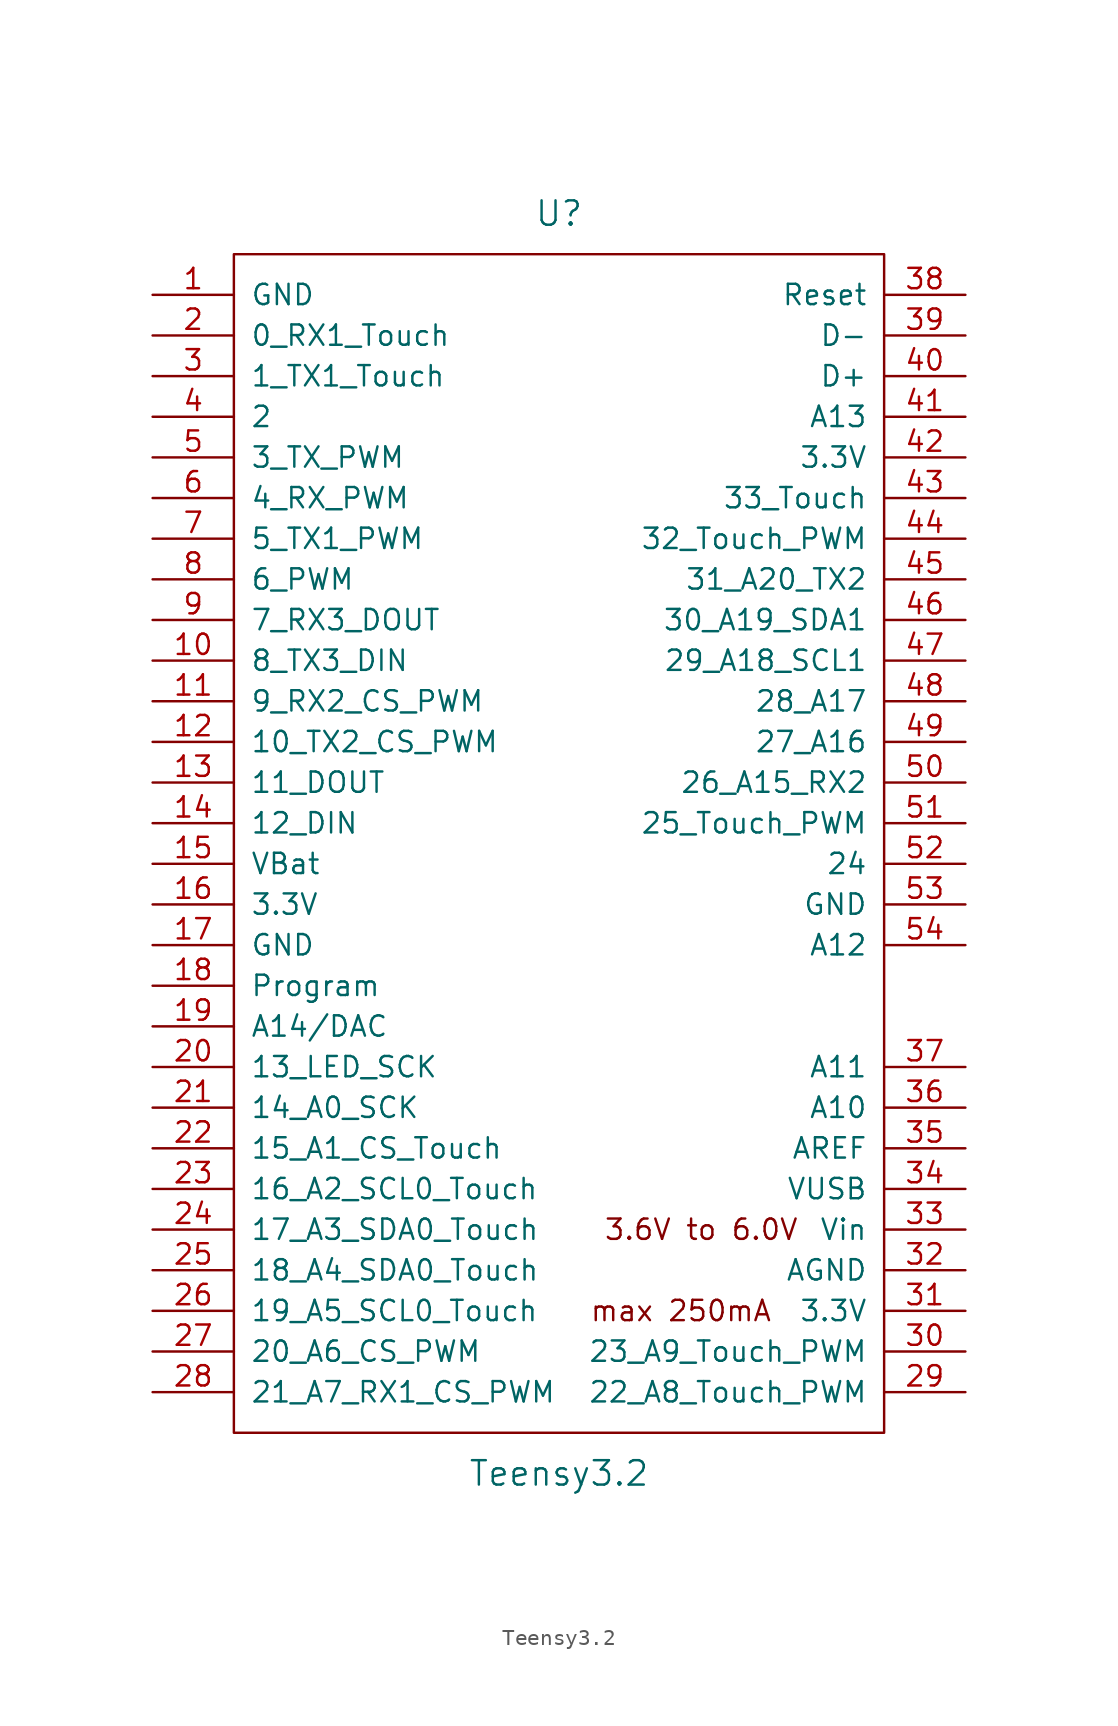
<source format=kicad_sym>
(kicad_symbol_lib
  (version 20211014)
  (generator kicad_symbol_editor)
  (symbol "Teensy3.2"
    (pin_names
      (offset 1.016))
    (property "Reference" "U"
      (at 0 39.37 0)
      (effects (font (size 1.524 1.524))))
    (property "Value" "Teensy3.2"
      (at 0 -39.37 0)
      (effects (font (size 1.524 1.524))))
    (property "Footprint" ""
      (at 0 -19.05 0)
      (effects (font (size 1.524 1.524))))
    (property "Datasheet" ""
      (at 0 -19.05 0)
      (effects (font (size 1.524 1.524))))
    (symbol "Teensy3.2_0_0"
      (text "3.6V to 6.0V" (at 8.89 -24.13 0) (effects (font (size 1.27 1.27))))
      (text "max 250mA" (at 7.62 -29.21 0) (effects (font (size 1.27 1.27)))))
    (symbol "Teensy3.2_0_1"
      (rectangle (start -20.32 -36.83) (end 20.32 36.83) (stroke (width 0) (type default) (color 0 0 0 0)) (fill (type none))))
    (symbol "Teensy3.2_1_1"
      (pin power_in line (at -25.4 34.29 0) (length 5.08) (name "GND" (effects (font (size 1.27 1.27)))) (number "1" (effects (font (size 1.27 1.27)))))
      (pin bidirectional line (at -25.4 11.43 0) (length 5.08) (name "8_TX3_DIN" (effects (font (size 1.27 1.27)))) (number "10" (effects (font (size 1.27 1.27)))))
      (pin bidirectional line (at -25.4 8.89 0) (length 5.08) (name "9_RX2_CS_PWM" (effects (font (size 1.27 1.27)))) (number "11" (effects (font (size 1.27 1.27)))))
      (pin bidirectional line (at -25.4 6.35 0) (length 5.08) (name "10_TX2_CS_PWM" (effects (font (size 1.27 1.27)))) (number "12" (effects (font (size 1.27 1.27)))))
      (pin bidirectional line (at -25.4 3.81 0) (length 5.08) (name "11_DOUT" (effects (font (size 1.27 1.27)))) (number "13" (effects (font (size 1.27 1.27)))))
      (pin bidirectional line (at -25.4 1.27 0) (length 5.08) (name "12_DIN" (effects (font (size 1.27 1.27)))) (number "14" (effects (font (size 1.27 1.27)))))
      (pin power_in line (at -25.4 -1.27 0) (length 5.08) (name "VBat" (effects (font (size 1.27 1.27)))) (number "15" (effects (font (size 1.27 1.27)))))
      (pin power_out line (at -25.4 -3.81 0) (length 5.08) (name "3.3V" (effects (font (size 1.27 1.27)))) (number "16" (effects (font (size 1.27 1.27)))))
      (pin power_in line (at -25.4 -6.35 0) (length 5.08) (name "GND" (effects (font (size 1.27 1.27)))) (number "17" (effects (font (size 1.27 1.27)))))
      (pin input line (at -25.4 -8.89 0) (length 5.08) (name "Program" (effects (font (size 1.27 1.27)))) (number "18" (effects (font (size 1.27 1.27)))))
      (pin bidirectional line (at -25.4 -11.43 0) (length 5.08) (name "A14/DAC" (effects (font (size 1.27 1.27)))) (number "19" (effects (font (size 1.27 1.27)))))
      (pin bidirectional line (at -25.4 31.75 0) (length 5.08) (name "0_RX1_Touch" (effects (font (size 1.27 1.27)))) (number "2" (effects (font (size 1.27 1.27)))))
      (pin bidirectional line (at -25.4 -13.97 0) (length 5.08) (name "13_LED_SCK" (effects (font (size 1.27 1.27)))) (number "20" (effects (font (size 1.27 1.27)))))
      (pin bidirectional line (at -25.4 -16.51 0) (length 5.08) (name "14_A0_SCK" (effects (font (size 1.27 1.27)))) (number "21" (effects (font (size 1.27 1.27)))))
      (pin bidirectional line (at -25.4 -19.05 0) (length 5.08) (name "15_A1_CS_Touch" (effects (font (size 1.27 1.27)))) (number "22" (effects (font (size 1.27 1.27)))))
      (pin bidirectional line (at -25.4 -21.59 0) (length 5.08) (name "16_A2_SCL0_Touch" (effects (font (size 1.27 1.27)))) (number "23" (effects (font (size 1.27 1.27)))))
      (pin bidirectional line (at -25.4 -24.13 0) (length 5.08) (name "17_A3_SDA0_Touch" (effects (font (size 1.27 1.27)))) (number "24" (effects (font (size 1.27 1.27)))))
      (pin bidirectional line (at -25.4 -26.67 0) (length 5.08) (name "18_A4_SDA0_Touch" (effects (font (size 1.27 1.27)))) (number "25" (effects (font (size 1.27 1.27)))))
      (pin bidirectional line (at -25.4 -29.21 0) (length 5.08) (name "19_A5_SCL0_Touch" (effects (font (size 1.27 1.27)))) (number "26" (effects (font (size 1.27 1.27)))))
      (pin bidirectional line (at -25.4 -31.75 0) (length 5.08) (name "20_A6_CS_PWM" (effects (font (size 1.27 1.27)))) (number "27" (effects (font (size 1.27 1.27)))))
      (pin bidirectional line (at -25.4 -34.29 0) (length 5.08) (name "21_A7_RX1_CS_PWM" (effects (font (size 1.27 1.27)))) (number "28" (effects (font (size 1.27 1.27)))))
      (pin bidirectional line (at 25.4 -34.29 180) (length 5.08) (name "22_A8_Touch_PWM" (effects (font (size 1.27 1.27)))) (number "29" (effects (font (size 1.27 1.27)))))
      (pin bidirectional line (at -25.4 29.21 0) (length 5.08) (name "1_TX1_Touch" (effects (font (size 1.27 1.27)))) (number "3" (effects (font (size 1.27 1.27)))))
      (pin bidirectional line (at 25.4 -31.75 180) (length 5.08) (name "23_A9_Touch_PWM" (effects (font (size 1.27 1.27)))) (number "30" (effects (font (size 1.27 1.27)))))
      (pin power_out line (at 25.4 -29.21 180) (length 5.08) (name "3.3V" (effects (font (size 1.27 1.27)))) (number "31" (effects (font (size 1.27 1.27)))))
      (pin power_out line (at 25.4 -26.67 180) (length 5.08) (name "AGND" (effects (font (size 1.27 1.27)))) (number "32" (effects (font (size 1.27 1.27)))))
      (pin power_in line (at 25.4 -24.13 180) (length 5.08) (name "Vin" (effects (font (size 1.27 1.27)))) (number "33" (effects (font (size 1.27 1.27)))))
      (pin power_in line (at 25.4 -21.59 180) (length 5.08) (name "VUSB" (effects (font (size 1.27 1.27)))) (number "34" (effects (font (size 1.27 1.27)))))
      (pin input line (at 25.4 -19.05 180) (length 5.08) (name "AREF" (effects (font (size 1.27 1.27)))) (number "35" (effects (font (size 1.27 1.27)))))
      (pin bidirectional line (at 25.4 -16.51 180) (length 5.08) (name "A10" (effects (font (size 1.27 1.27)))) (number "36" (effects (font (size 1.27 1.27)))))
      (pin bidirectional line (at 25.4 -13.97 180) (length 5.08) (name "A11" (effects (font (size 1.27 1.27)))) (number "37" (effects (font (size 1.27 1.27)))))
      (pin input line (at 25.4 34.29 180) (length 5.08) (name "Reset" (effects (font (size 1.27 1.27)))) (number "38" (effects (font (size 1.27 1.27)))))
      (pin bidirectional line (at 25.4 31.75 180) (length 5.08) (name "D-" (effects (font (size 1.27 1.27)))) (number "39" (effects (font (size 1.27 1.27)))))
      (pin bidirectional line (at -25.4 26.67 0) (length 5.08) (name "2" (effects (font (size 1.27 1.27)))) (number "4" (effects (font (size 1.27 1.27)))))
      (pin bidirectional line (at 25.4 29.21 180) (length 5.08) (name "D+" (effects (font (size 1.27 1.27)))) (number "40" (effects (font (size 1.27 1.27)))))
      (pin bidirectional line (at 25.4 26.67 180) (length 5.08) (name "A13" (effects (font (size 1.27 1.27)))) (number "41" (effects (font (size 1.27 1.27)))))
      (pin power_out line (at 25.4 24.13 180) (length 5.08) (name "3.3V" (effects (font (size 1.27 1.27)))) (number "42" (effects (font (size 1.27 1.27)))))
      (pin bidirectional line (at 25.4 21.59 180) (length 5.08) (name "33_Touch" (effects (font (size 1.27 1.27)))) (number "43" (effects (font (size 1.27 1.27)))))
      (pin bidirectional line (at 25.4 19.05 180) (length 5.08) (name "32_Touch_PWM" (effects (font (size 1.27 1.27)))) (number "44" (effects (font (size 1.27 1.27)))))
      (pin bidirectional line (at 25.4 16.51 180) (length 5.08) (name "31_A20_TX2" (effects (font (size 1.27 1.27)))) (number "45" (effects (font (size 1.27 1.27)))))
      (pin bidirectional line (at 25.4 13.97 180) (length 5.08) (name "30_A19_SDA1" (effects (font (size 1.27 1.27)))) (number "46" (effects (font (size 1.27 1.27)))))
      (pin bidirectional line (at 25.4 11.43 180) (length 5.08) (name "29_A18_SCL1" (effects (font (size 1.27 1.27)))) (number "47" (effects (font (size 1.27 1.27)))))
      (pin bidirectional line (at 25.4 8.89 180) (length 5.08) (name "28_A17" (effects (font (size 1.27 1.27)))) (number "48" (effects (font (size 1.27 1.27)))))
      (pin bidirectional line (at 25.4 6.35 180) (length 5.08) (name "27_A16" (effects (font (size 1.27 1.27)))) (number "49" (effects (font (size 1.27 1.27)))))
      (pin bidirectional line (at -25.4 24.13 0) (length 5.08) (name "3_TX_PWM" (effects (font (size 1.27 1.27)))) (number "5" (effects (font (size 1.27 1.27)))))
      (pin bidirectional line (at 25.4 3.81 180) (length 5.08) (name "26_A15_RX2" (effects (font (size 1.27 1.27)))) (number "50" (effects (font (size 1.27 1.27)))))
      (pin bidirectional line (at 25.4 1.27 180) (length 5.08) (name "25_Touch_PWM" (effects (font (size 1.27 1.27)))) (number "51" (effects (font (size 1.27 1.27)))))
      (pin bidirectional line (at 25.4 -1.27 180) (length 5.08) (name "24" (effects (font (size 1.27 1.27)))) (number "52" (effects (font (size 1.27 1.27)))))
      (pin power_in line (at 25.4 -3.81 180) (length 5.08) (name "GND" (effects (font (size 1.27 1.27)))) (number "53" (effects (font (size 1.27 1.27)))))
      (pin bidirectional line (at 25.4 -6.35 180) (length 5.08) (name "A12" (effects (font (size 1.27 1.27)))) (number "54" (effects (font (size 1.27 1.27)))))
      (pin bidirectional line (at -25.4 21.59 0) (length 5.08) (name "4_RX_PWM" (effects (font (size 1.27 1.27)))) (number "6" (effects (font (size 1.27 1.27)))))
      (pin bidirectional line (at -25.4 19.05 0) (length 5.08) (name "5_TX1_PWM" (effects (font (size 1.27 1.27)))) (number "7" (effects (font (size 1.27 1.27)))))
      (pin bidirectional line (at -25.4 16.51 0) (length 5.08) (name "6_PWM" (effects (font (size 1.27 1.27)))) (number "8" (effects (font (size 1.27 1.27)))))
      (pin bidirectional line (at -25.4 13.97 0) (length 5.08) (name "7_RX3_DOUT" (effects (font (size 1.27 1.27)))) (number "9" (effects (font (size 1.27 1.27))))))))
</source>
